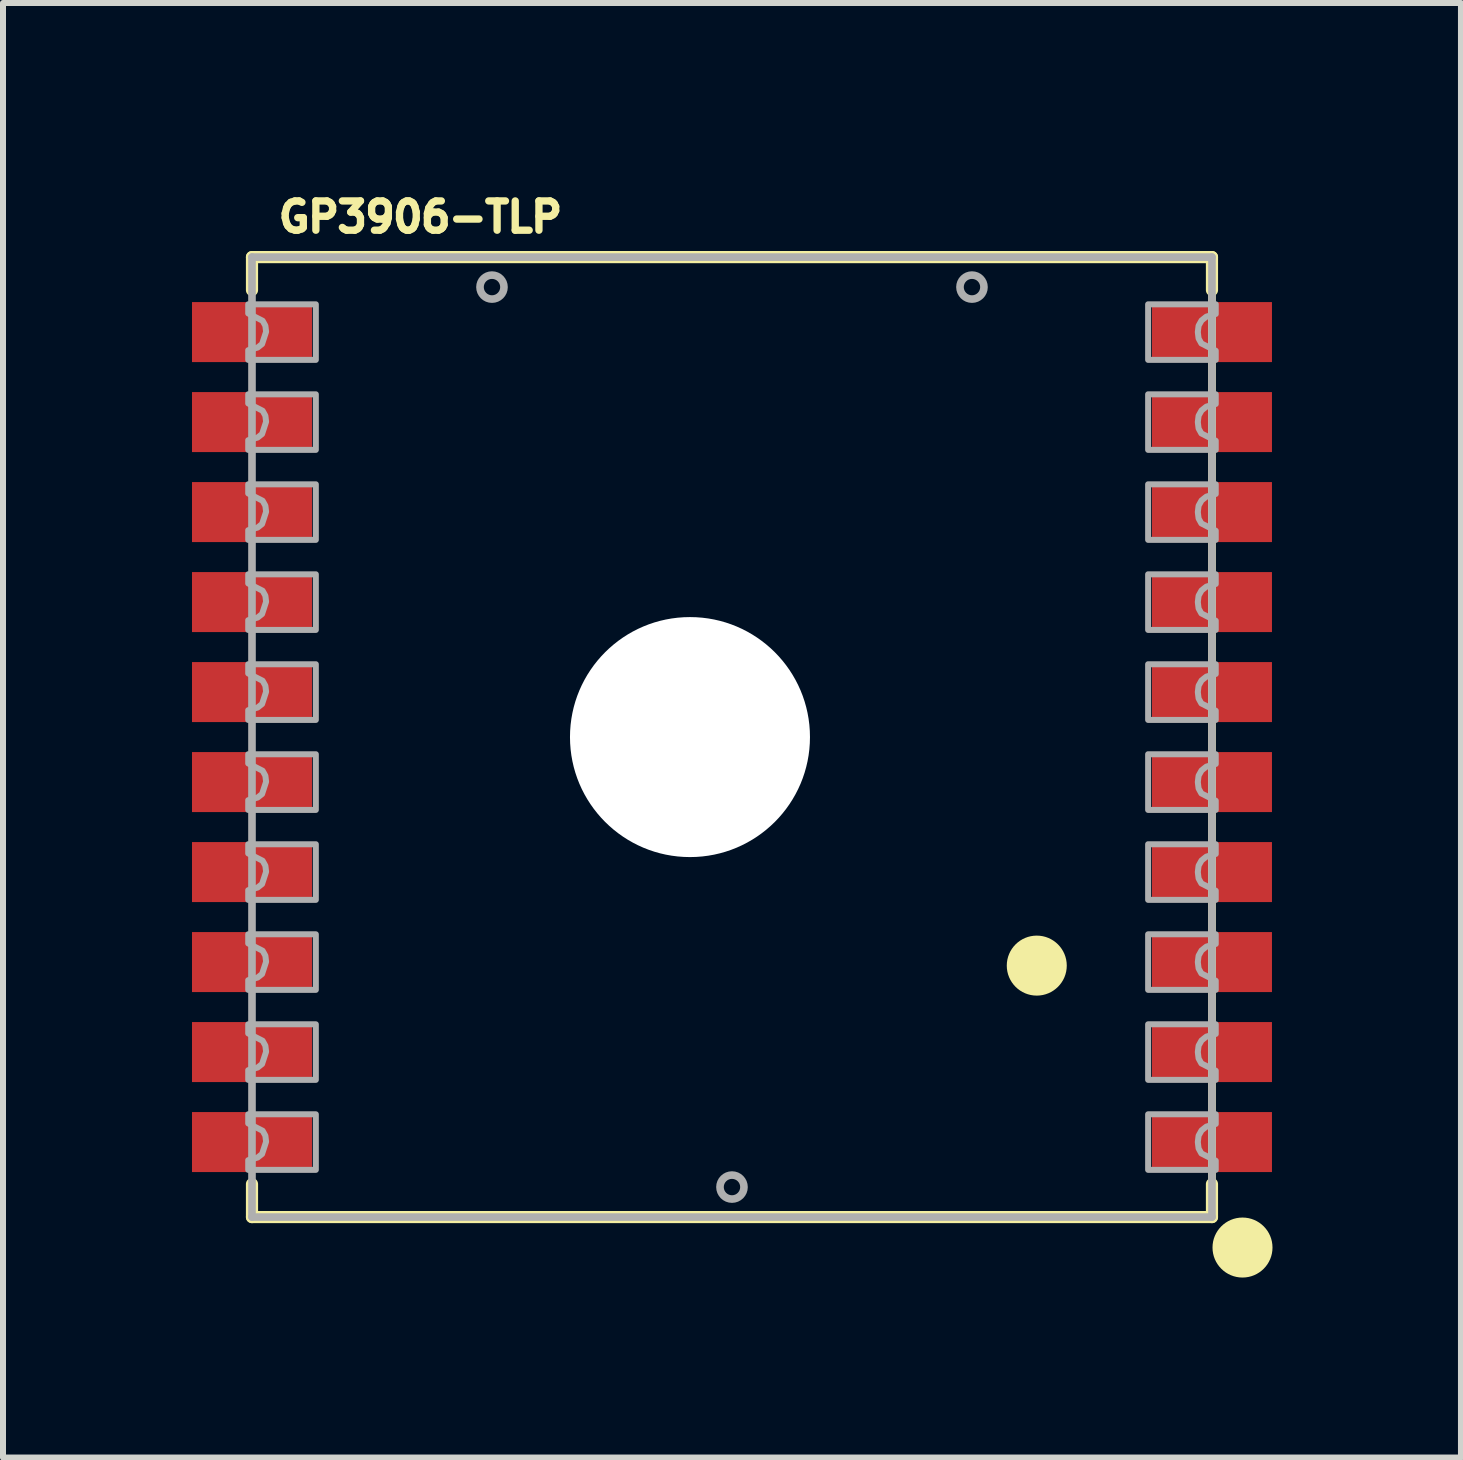
<source format=kicad_pcb>
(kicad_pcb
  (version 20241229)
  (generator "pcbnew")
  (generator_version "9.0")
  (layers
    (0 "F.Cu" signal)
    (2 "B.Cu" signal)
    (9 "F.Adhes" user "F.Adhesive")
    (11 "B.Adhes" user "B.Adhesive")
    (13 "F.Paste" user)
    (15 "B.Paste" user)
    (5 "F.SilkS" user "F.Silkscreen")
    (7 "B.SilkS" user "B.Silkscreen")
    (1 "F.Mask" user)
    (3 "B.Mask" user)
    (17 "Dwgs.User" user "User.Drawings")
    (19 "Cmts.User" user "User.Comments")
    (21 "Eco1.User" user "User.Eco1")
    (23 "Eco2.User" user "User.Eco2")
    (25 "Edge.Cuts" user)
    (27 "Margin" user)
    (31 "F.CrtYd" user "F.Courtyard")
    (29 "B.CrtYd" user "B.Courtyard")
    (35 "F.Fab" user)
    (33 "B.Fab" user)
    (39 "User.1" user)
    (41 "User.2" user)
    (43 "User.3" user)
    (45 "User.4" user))
  (footprint "GP3906-TLP"
    (layer "F.Cu")
    (at 9.15 9.235)
    (property "Reference" "GP3906-TLP" (at -7.62 -8.382 0) (layer "F.SilkS") (effects (font (size 0.488 0.488) (thickness 0.122)) (justify left bottom)))
    (fp_line (start -8 -8) (end -8 -7.45) (stroke (width 0.203) (type solid)) (layer "F.SilkS"))
    (fp_line (start -8 -8) (end 8 -8) (stroke (width 0.203) (type solid)) (layer "F.SilkS"))
    (fp_line (start -8 8) (end -8 7.45) (stroke (width 0.203) (type solid)) (layer "F.SilkS"))
    (fp_line (start 8 -8) (end 8 -7.45) (stroke (width 0.203) (type solid)) (layer "F.SilkS"))
    (fp_line (start 8 -7.45) (end 8 7.45) (stroke (width 0.127) (type solid)) (layer "F.SilkS"))
    (fp_line (start 8 8) (end -8 8) (stroke (width 0.203) (type solid)) (layer "F.SilkS"))
    (fp_line (start 8 8) (end 8 7.45) (stroke (width 0.203) (type solid)) (layer "F.SilkS"))
    (fp_circle (center 5.08 3.809) (end 5.33 3.809) (stroke (width 0.5) (type solid)) (fill yes) (layer "F.SilkS"))
    (fp_circle (center 8.509 8.508) (end 8.759 8.508) (stroke (width 0.5) (type solid)) (fill yes) (layer "F.SilkS"))
    (fp_poly (pts (xy -9.15 -6.1) (xy -6.85 -6.1) (xy -6.85 -7.4) (xy -9.15 -7.4)) (stroke (width 0) (type default)) (fill yes) (layer "F.Paste"))
    (fp_poly (pts (xy -9.15 -4.6) (xy -6.85 -4.6) (xy -6.85 -5.9) (xy -9.15 -5.9)) (stroke (width 0) (type default)) (fill yes) (layer "F.Paste"))
    (fp_poly (pts (xy -9.15 -3.1) (xy -6.85 -3.1) (xy -6.85 -4.4) (xy -9.15 -4.4)) (stroke (width 0) (type default)) (fill yes) (layer "F.Paste"))
    (fp_poly (pts (xy -9.15 -1.6) (xy -6.85 -1.6) (xy -6.85 -2.9) (xy -9.15 -2.9)) (stroke (width 0) (type default)) (fill yes) (layer "F.Paste"))
    (fp_poly (pts (xy -9.15 -0.1) (xy -6.85 -0.1) (xy -6.85 -1.4) (xy -9.15 -1.4)) (stroke (width 0) (type default)) (fill yes) (layer "F.Paste"))
    (fp_poly (pts (xy -9.15 1.4) (xy -6.85 1.4) (xy -6.85 0.1) (xy -9.15 0.1)) (stroke (width 0) (type default)) (fill yes) (layer "F.Paste"))
    (fp_poly (pts (xy -9.15 2.9) (xy -6.85 2.9) (xy -6.85 1.6) (xy -9.15 1.6)) (stroke (width 0) (type default)) (fill yes) (layer "F.Paste"))
    (fp_poly (pts (xy -9.15 4.4) (xy -6.85 4.4) (xy -6.85 3.1) (xy -9.15 3.1)) (stroke (width 0) (type default)) (fill yes) (layer "F.Paste"))
    (fp_poly (pts (xy -9.15 5.9) (xy -6.85 5.9) (xy -6.85 4.6) (xy -9.15 4.6)) (stroke (width 0) (type default)) (fill yes) (layer "F.Paste"))
    (fp_poly (pts (xy -9.15 7.4) (xy -6.85 7.4) (xy -6.85 6.1) (xy -9.15 6.1)) (stroke (width 0) (type default)) (fill yes) (layer "F.Paste"))
    (fp_poly (pts (xy 9.15 -7.4) (xy 6.85 -7.4) (xy 6.85 -6.1) (xy 9.15 -6.1)) (stroke (width 0) (type default)) (fill yes) (layer "F.Paste"))
    (fp_poly (pts (xy 9.15 -5.9) (xy 6.85 -5.9) (xy 6.85 -4.6) (xy 9.15 -4.6)) (stroke (width 0) (type default)) (fill yes) (layer "F.Paste"))
    (fp_poly (pts (xy 9.15 -4.4) (xy 6.85 -4.4) (xy 6.85 -3.1) (xy 9.15 -3.1)) (stroke (width 0) (type default)) (fill yes) (layer "F.Paste"))
    (fp_poly (pts (xy 9.15 -2.9) (xy 6.85 -2.9) (xy 6.85 -1.6) (xy 9.15 -1.6)) (stroke (width 0) (type default)) (fill yes) (layer "F.Paste"))
    (fp_poly (pts (xy 9.15 -1.4) (xy 6.85 -1.4) (xy 6.85 -0.1) (xy 9.15 -0.1)) (stroke (width 0) (type default)) (fill yes) (layer "F.Paste"))
    (fp_poly (pts (xy 9.15 0.1) (xy 6.85 0.1) (xy 6.85 1.4) (xy 9.15 1.4)) (stroke (width 0) (type default)) (fill yes) (layer "F.Paste"))
    (fp_poly (pts (xy 9.15 1.6) (xy 6.85 1.6) (xy 6.85 2.9) (xy 9.15 2.9)) (stroke (width 0) (type default)) (fill yes) (layer "F.Paste"))
    (fp_poly (pts (xy 9.15 3.1) (xy 6.85 3.1) (xy 6.85 4.4) (xy 9.15 4.4)) (stroke (width 0) (type default)) (fill yes) (layer "F.Paste"))
    (fp_poly (pts (xy 9.15 4.6) (xy 6.85 4.6) (xy 6.85 5.9) (xy 9.15 5.9)) (stroke (width 0) (type default)) (fill yes) (layer "F.Paste"))
    (fp_poly (pts (xy 9.15 6.1) (xy 6.85 6.1) (xy 6.85 7.4) (xy 9.15 7.4)) (stroke (width 0) (type default)) (fill yes) (layer "F.Paste"))
    (fp_line (start -8 -8) (end 8 -8) (stroke (width 0.127) (type solid)) (layer "F.Fab"))
    (fp_line (start -8 8) (end -8 -8) (stroke (width 0.127) (type solid)) (layer "F.Fab"))
    (fp_line (start 8 -8) (end 8 8) (stroke (width 0.127) (type solid)) (layer "F.Fab"))
    (fp_line (start 8 8) (end -8 8) (stroke (width 0.127) (type solid)) (layer "F.Fab"))
    (fp_circle (center -4 -7.5) (end -3.8 -7.5) (stroke (width 0.127) (type solid)) (fill no) (layer "F.Fab"))
    (fp_circle (center -0.7 0) (end 0.5 0) (stroke (width 0.127) (type solid)) (fill no) (layer "F.Fab"))
    (fp_circle (center 0 7.5) (end 0.2 7.5) (stroke (width 0.127) (type solid)) (fill no) (layer "F.Fab"))
    (fp_circle (center 4 -7.5) (end 4.2 -7.5) (stroke (width 0.127) (type solid)) (fill no) (layer "F.Fab"))
    (fp_poly (pts (xy -6.936 -6.287) (xy -8.063 -6.287) (xy -8.063 -6.448) (xy -7.907 -6.492) (xy -7.832 -6.551) (xy -7.765 -6.756) (xy -7.777 -6.856) (xy -7.823 -6.939) (xy -8.063 -7.061) (xy -8.063 -7.213) (xy -6.936 -7.213)) (stroke (width 0.1) (type default)) (fill no) (layer "F.Fab"))
    (fp_poly (pts (xy -6.936 -4.787) (xy -8.063 -4.787) (xy -8.063 -4.948) (xy -7.907 -4.992) (xy -7.832 -5.051) (xy -7.765 -5.256) (xy -7.777 -5.356) (xy -7.823 -5.439) (xy -8.063 -5.561) (xy -8.063 -5.713) (xy -6.936 -5.713)) (stroke (width 0.1) (type default)) (fill no) (layer "F.Fab"))
    (fp_poly (pts (xy -6.936 -3.287) (xy -8.063 -3.287) (xy -8.063 -3.448) (xy -7.907 -3.492) (xy -7.832 -3.551) (xy -7.765 -3.756) (xy -7.777 -3.856) (xy -7.823 -3.939) (xy -8.063 -4.061) (xy -8.063 -4.213) (xy -6.936 -4.213)) (stroke (width 0.1) (type default)) (fill no) (layer "F.Fab"))
    (fp_poly (pts (xy -6.936 -1.786) (xy -8.063 -1.786) (xy -8.063 -1.948) (xy -7.907 -1.992) (xy -7.832 -2.051) (xy -7.765 -2.256) (xy -7.777 -2.356) (xy -7.823 -2.439) (xy -8.063 -2.561) (xy -8.063 -2.713) (xy -6.936 -2.713)) (stroke (width 0.1) (type default)) (fill no) (layer "F.Fab"))
    (fp_poly (pts (xy -6.936 -0.286) (xy -8.063 -0.286) (xy -8.063 -0.448) (xy -7.907 -0.492) (xy -7.832 -0.551) (xy -7.765 -0.756) (xy -7.777 -0.856) (xy -7.823 -0.939) (xy -8.063 -1.061) (xy -8.063 -1.214) (xy -6.936 -1.214)) (stroke (width 0.1) (type default)) (fill no) (layer "F.Fab"))
    (fp_poly (pts (xy -6.936 1.214) (xy -8.063 1.214) (xy -8.063 1.052) (xy -7.907 1.008) (xy -7.832 0.949) (xy -7.765 0.744) (xy -7.777 0.644) (xy -7.823 0.561) (xy -8.063 0.439) (xy -8.063 0.286) (xy -6.936 0.286)) (stroke (width 0.1) (type default)) (fill no) (layer "F.Fab"))
    (fp_poly (pts (xy -6.936 2.713) (xy -8.063 2.713) (xy -8.063 2.552) (xy -7.907 2.508) (xy -7.832 2.449) (xy -7.765 2.244) (xy -7.777 2.144) (xy -7.823 2.061) (xy -8.063 1.939) (xy -8.063 1.786) (xy -6.936 1.786)) (stroke (width 0.1) (type default)) (fill no) (layer "F.Fab"))
    (fp_poly (pts (xy -6.936 4.213) (xy -8.063 4.213) (xy -8.063 4.052) (xy -7.907 4.008) (xy -7.832 3.949) (xy -7.765 3.744) (xy -7.777 3.644) (xy -7.823 3.561) (xy -8.063 3.439) (xy -8.063 3.287) (xy -6.936 3.287)) (stroke (width 0.1) (type default)) (fill no) (layer "F.Fab"))
    (fp_poly (pts (xy -6.936 5.713) (xy -8.063 5.713) (xy -8.063 5.552) (xy -7.907 5.508) (xy -7.832 5.449) (xy -7.765 5.244) (xy -7.777 5.144) (xy -7.823 5.061) (xy -8.063 4.939) (xy -8.063 4.787) (xy -6.936 4.787)) (stroke (width 0.1) (type default)) (fill no) (layer "F.Fab"))
    (fp_poly (pts (xy -6.936 7.213) (xy -8.063 7.213) (xy -8.063 7.052) (xy -7.907 7.008) (xy -7.832 6.949) (xy -7.765 6.744) (xy -7.777 6.644) (xy -7.823 6.561) (xy -8.063 6.439) (xy -8.063 6.287) (xy -6.936 6.287)) (stroke (width 0.1) (type default)) (fill no) (layer "F.Fab"))
    (fp_poly (pts (xy 8.063 -7.052) (xy 7.907 -7.008) (xy 7.827 -6.945) (xy 7.777 -6.856) (xy 7.764 -6.75) (xy 7.777 -6.644) (xy 7.823 -6.561) (xy 8.063 -6.439) (xy 8.063 -6.287) (xy 6.936 -6.287) (xy 6.936 -7.213) (xy 8.063 -7.213)) (stroke (width 0.1) (type default)) (fill no) (layer "F.Fab"))
    (fp_poly (pts (xy 8.063 -5.552) (xy 7.907 -5.508) (xy 7.827 -5.445) (xy 7.777 -5.356) (xy 7.764 -5.25) (xy 7.777 -5.144) (xy 7.823 -5.061) (xy 8.063 -4.939) (xy 8.063 -4.787) (xy 6.936 -4.787) (xy 6.936 -5.713) (xy 8.063 -5.713)) (stroke (width 0.1) (type default)) (fill no) (layer "F.Fab"))
    (fp_poly (pts (xy 8.063 -4.052) (xy 7.907 -4.008) (xy 7.827 -3.945) (xy 7.777 -3.856) (xy 7.764 -3.75) (xy 7.777 -3.644) (xy 7.823 -3.561) (xy 8.063 -3.439) (xy 8.063 -3.287) (xy 6.936 -3.287) (xy 6.936 -4.213) (xy 8.063 -4.213)) (stroke (width 0.1) (type default)) (fill no) (layer "F.Fab"))
    (fp_poly (pts (xy 8.063 -2.552) (xy 7.907 -2.508) (xy 7.827 -2.445) (xy 7.777 -2.356) (xy 7.764 -2.25) (xy 7.777 -2.144) (xy 7.823 -2.061) (xy 8.063 -1.939) (xy 8.063 -1.786) (xy 6.936 -1.786) (xy 6.936 -2.713) (xy 8.063 -2.713)) (stroke (width 0.1) (type default)) (fill no) (layer "F.Fab"))
    (fp_poly (pts (xy 8.063 -1.052) (xy 7.907 -1.008) (xy 7.827 -0.945) (xy 7.777 -0.856) (xy 7.764 -0.75) (xy 7.777 -0.644) (xy 7.823 -0.561) (xy 8.063 -0.439) (xy 8.063 -0.286) (xy 6.936 -0.286) (xy 6.936 -1.214) (xy 8.063 -1.214)) (stroke (width 0.1) (type default)) (fill no) (layer "F.Fab"))
    (fp_poly (pts (xy 8.063 0.448) (xy 7.907 0.492) (xy 7.827 0.555) (xy 7.777 0.644) (xy 7.764 0.75) (xy 7.777 0.856) (xy 7.823 0.939) (xy 8.063 1.061) (xy 8.063 1.214) (xy 6.936 1.214) (xy 6.936 0.286) (xy 8.063 0.286)) (stroke (width 0.1) (type default)) (fill no) (layer "F.Fab"))
    (fp_poly (pts (xy 8.063 1.948) (xy 7.907 1.992) (xy 7.827 2.055) (xy 7.777 2.144) (xy 7.764 2.25) (xy 7.777 2.356) (xy 7.823 2.439) (xy 8.063 2.561) (xy 8.063 2.713) (xy 6.936 2.713) (xy 6.936 1.786) (xy 8.063 1.786)) (stroke (width 0.1) (type default)) (fill no) (layer "F.Fab"))
    (fp_poly (pts (xy 8.063 3.448) (xy 7.907 3.492) (xy 7.827 3.555) (xy 7.777 3.644) (xy 7.764 3.75) (xy 7.777 3.856) (xy 7.823 3.939) (xy 8.063 4.061) (xy 8.063 4.213) (xy 6.936 4.213) (xy 6.936 3.287) (xy 8.063 3.287)) (stroke (width 0.1) (type default)) (fill no) (layer "F.Fab"))
    (fp_poly (pts (xy 8.063 4.948) (xy 7.907 4.992) (xy 7.827 5.055) (xy 7.777 5.144) (xy 7.764 5.25) (xy 7.777 5.356) (xy 7.823 5.439) (xy 8.063 5.561) (xy 8.063 5.713) (xy 6.936 5.713) (xy 6.936 4.787) (xy 8.063 4.787)) (stroke (width 0.1) (type default)) (fill no) (layer "F.Fab"))
    (fp_poly (pts (xy 8.063 6.448) (xy 7.907 6.492) (xy 7.827 6.555) (xy 7.777 6.644) (xy 7.764 6.75) (xy 7.777 6.856) (xy 7.823 6.939) (xy 8.063 7.061) (xy 8.063 7.213) (xy 6.936 7.213) (xy 6.936 6.287) (xy 8.063 6.287)) (stroke (width 0.1) (type default)) (fill no) (layer "F.Fab"))
    (pad "" np_thru_hole circle (at -0.7 0) (size 4 4) (drill 4) (layers "*.Cu" "*.Mask"))
    (pad "1" smd rect (at 8 6.75 180) (size 2 1) (layers "F.Cu" "F.Mask"))
    (pad "2" smd rect (at 8 5.25 180) (size 2 1) (layers "F.Cu" "F.Mask"))
    (pad "3" smd rect (at 8 3.75 180) (size 2 1) (layers "F.Cu" "F.Mask"))
    (pad "4" smd rect (at 8 2.25 180) (size 2 1) (layers "F.Cu" "F.Mask"))
    (pad "5" smd rect (at 8 0.75 180) (size 2 1) (layers "F.Cu" "F.Mask"))
    (pad "6" smd rect (at 8 -0.75 180) (size 2 1) (layers "F.Cu" "F.Mask"))
    (pad "7" smd rect (at 8 -2.25 180) (size 2 1) (layers "F.Cu" "F.Mask"))
    (pad "8" smd rect (at 8 -3.75 180) (size 2 1) (layers "F.Cu" "F.Mask"))
    (pad "9" smd rect (at 8 -5.25 180) (size 2 1) (layers "F.Cu" "F.Mask"))
    (pad "10" smd rect (at 8 -6.75 180) (size 2 1) (layers "F.Cu" "F.Mask"))
    (pad "11" smd rect (at -8 -6.75) (size 2 1) (layers "F.Cu" "F.Mask"))
    (pad "12" smd rect (at -8 -5.25) (size 2 1) (layers "F.Cu" "F.Mask"))
    (pad "13" smd rect (at -8 -3.75) (size 2 1) (layers "F.Cu" "F.Mask"))
    (pad "14" smd rect (at -8 -2.25) (size 2 1) (layers "F.Cu" "F.Mask"))
    (pad "15" smd rect (at -8 -0.75) (size 2 1) (layers "F.Cu" "F.Mask"))
    (pad "16" smd rect (at -8 0.75) (size 2 1) (layers "F.Cu" "F.Mask"))
    (pad "17" smd rect (at -8 2.25) (size 2 1) (layers "F.Cu" "F.Mask"))
    (pad "18" smd rect (at -8 3.75) (size 2 1) (layers "F.Cu" "F.Mask"))
    (pad "19" smd rect (at -8 5.25) (size 2 1) (layers "F.Cu" "F.Mask"))
    (pad "20" smd rect (at -8 6.75) (size 2 1) (layers "F.Cu" "F.Mask")))
  (gr_rect
    (start -3 -3)
    (end 21.3 21.243)
    (stroke (width 0.1) (type default))
    (fill no)
    (layer "Edge.Cuts")))
</source>
